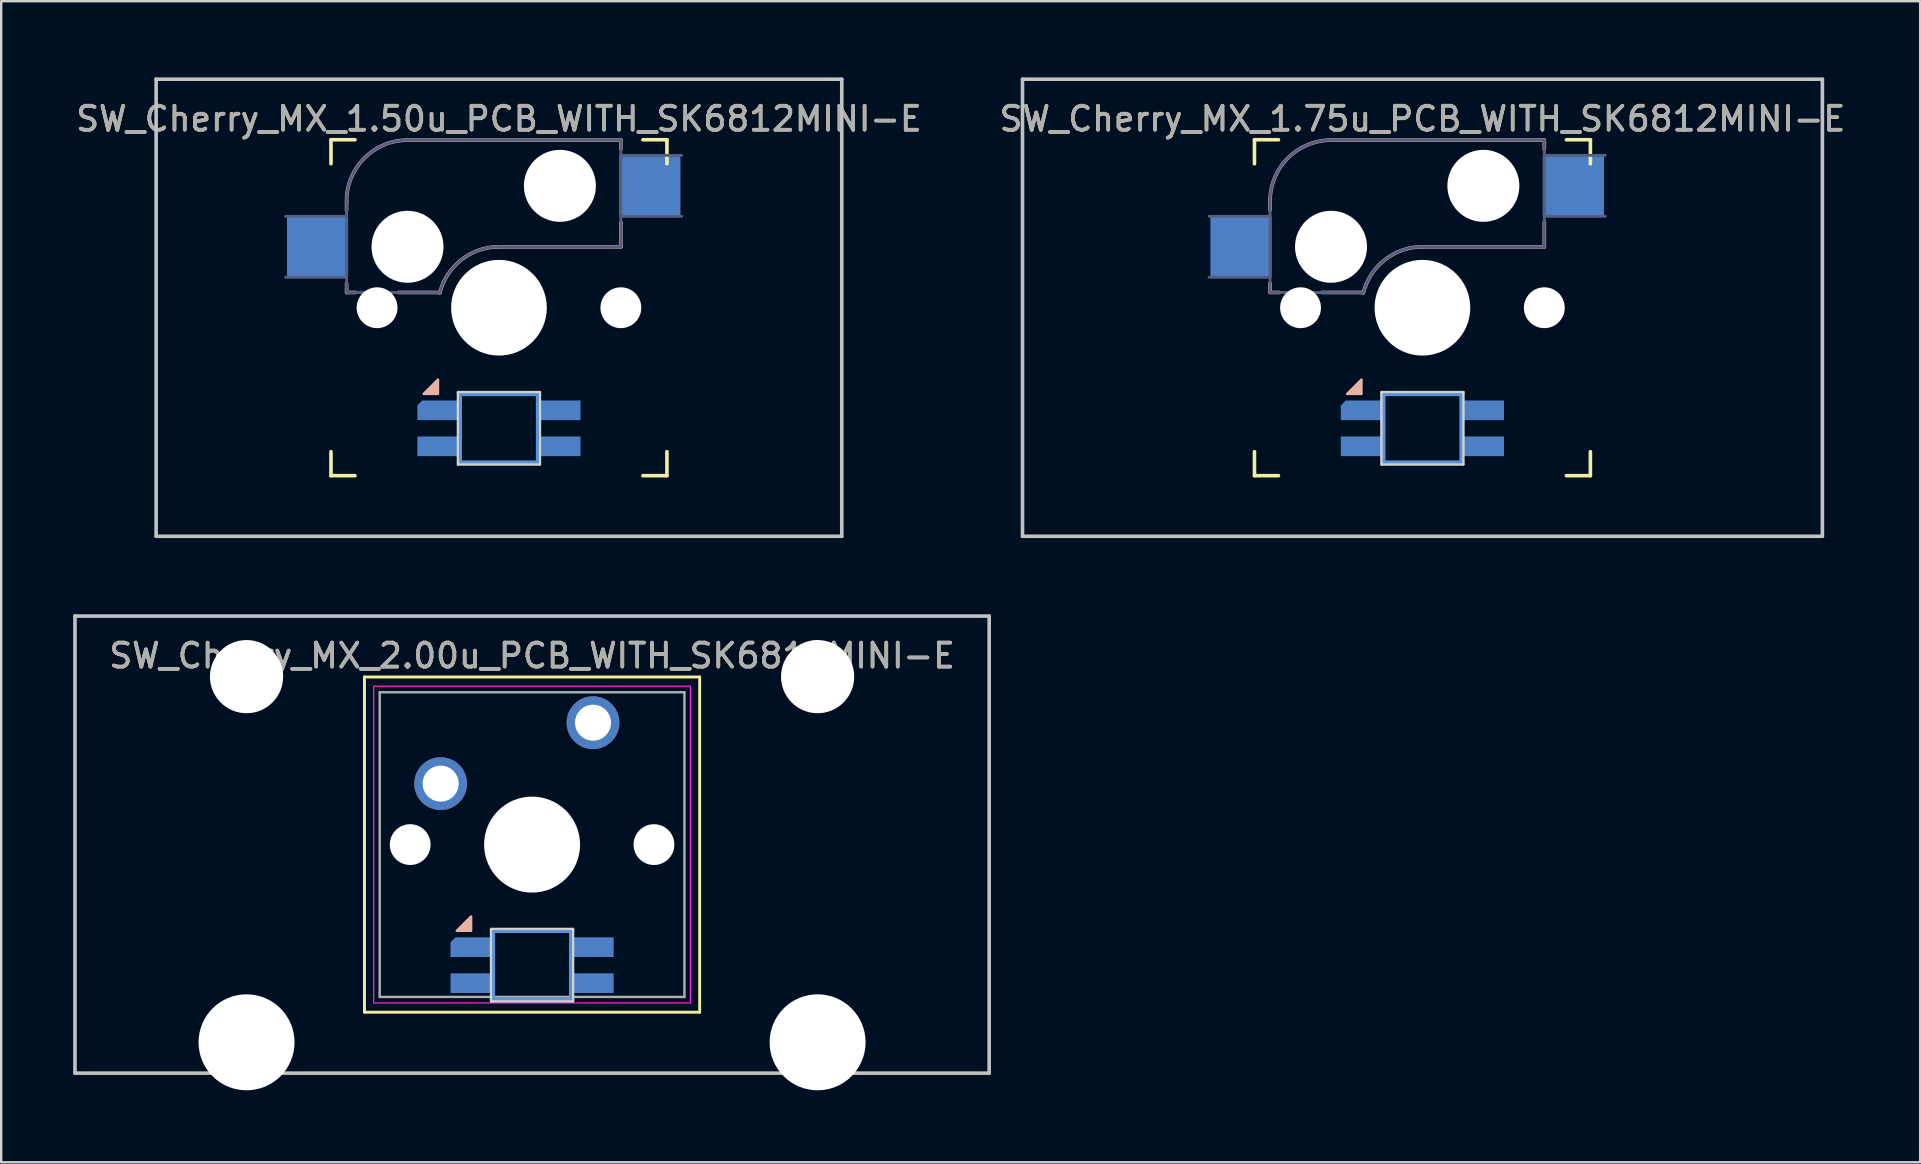
<source format=kicad_pcb>
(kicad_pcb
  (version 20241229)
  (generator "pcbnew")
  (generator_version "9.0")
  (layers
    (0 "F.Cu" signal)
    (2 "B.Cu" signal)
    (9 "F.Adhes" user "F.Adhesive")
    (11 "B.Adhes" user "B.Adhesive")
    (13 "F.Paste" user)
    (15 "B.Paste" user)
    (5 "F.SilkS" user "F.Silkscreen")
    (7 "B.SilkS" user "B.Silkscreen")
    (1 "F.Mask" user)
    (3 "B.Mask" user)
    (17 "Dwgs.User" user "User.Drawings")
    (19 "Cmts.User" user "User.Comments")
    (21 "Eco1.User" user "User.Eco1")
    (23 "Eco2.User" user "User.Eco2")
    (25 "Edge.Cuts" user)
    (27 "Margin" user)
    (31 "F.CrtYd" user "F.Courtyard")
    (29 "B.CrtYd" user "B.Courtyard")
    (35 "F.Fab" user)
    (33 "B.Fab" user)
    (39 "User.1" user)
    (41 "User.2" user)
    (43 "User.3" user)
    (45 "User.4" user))
  (footprint "SW_Cherry_MX_1.50u_PCB_WITH_SK6812MINI-E"
    (layer "F.Cu")
    (at 32.032 0.25)
    (property "Reference" "SW_Cherry_MX_1.50u_PCB_WITH_SK6812MINI-E" (at -14.287 1.651 0) (layer "F.SilkS") (effects (font (size 1 1) (thickness 0.15))))
    (attr through_hole)
    (fp_line (start -21.288 3.525) (end -21.288 2.525) (stroke (width 0.15) (type solid)) (layer "F.SilkS"))
    (fp_line (start -21.288 16.525) (end -21.288 15.525) (stroke (width 0.15) (type solid)) (layer "F.SilkS"))
    (fp_line (start -21.288 16.525) (end -20.288 16.525) (stroke (width 0.15) (type solid)) (layer "F.SilkS"))
    (fp_line (start -20.288 2.525) (end -21.288 2.525) (stroke (width 0.15) (type solid)) (layer "F.SilkS"))
    (fp_line (start -8.287 16.525) (end -7.287 16.525) (stroke (width 0.15) (type solid)) (layer "F.SilkS"))
    (fp_line (start -7.287 2.525) (end -8.287 2.525) (stroke (width 0.15) (type solid)) (layer "F.SilkS"))
    (fp_line (start -7.287 2.525) (end -7.287 3.525) (stroke (width 0.15) (type solid)) (layer "F.SilkS"))
    (fp_line (start -7.287 15.525) (end -7.287 16.525) (stroke (width 0.15) (type solid)) (layer "F.SilkS"))
    (fp_line (start -20.637 5.08) (end -20.637 5.461) (stroke (width 0.15) (type solid)) (layer "B.SilkS"))
    (fp_line (start -20.637 8.509) (end -20.637 8.89) (stroke (width 0.15) (type solid)) (layer "B.SilkS"))
    (fp_line (start -20.256 8.89) (end -20.637 8.89) (stroke (width 0.15) (type solid)) (layer "B.SilkS"))
    (fp_line (start -18.098 2.54) (end -9.207 2.54) (stroke (width 0.15) (type solid)) (layer "B.SilkS"))
    (fp_line (start -16.752 8.89) (end -18.479 8.89) (stroke (width 0.15) (type solid)) (layer "B.SilkS"))
    (fp_line (start -9.207 2.54) (end -9.207 2.921) (stroke (width 0.15) (type solid)) (layer "B.SilkS"))
    (fp_line (start -9.207 5.969) (end -9.207 6.985) (stroke (width 0.15) (type solid)) (layer "B.SilkS"))
    (fp_line (start -9.207 6.985) (end -14.287 6.985) (stroke (width 0.15) (type solid)) (layer "B.SilkS"))
    (fp_arc (start -20.6375 5.08) (mid -19.893551 3.283949) (end -18.0975 2.54) (stroke (width 0.15) (type solid)) (layer "B.SilkS"))
    (fp_arc (start -16.751662 8.90896) (mid -15.850647 7.522958) (end -14.2875 6.985) (stroke (width 0.15) (type solid)) (layer "B.SilkS"))
    (fp_poly (pts (xy -16.828 12.518) (xy -16.828 13.118) (xy -17.427 13.118)) (stroke (width 0.1) (type solid)) (fill yes) (layer "B.SilkS"))
    (fp_line (start -28.575 0) (end 0 0) (stroke (width 0.15) (type solid)) (layer "Dwgs.User"))
    (fp_line (start -28.575 19.05) (end -28.575 0) (stroke (width 0.15) (type solid)) (layer "Dwgs.User"))
    (fp_line (start 0 0) (end 0 19.05) (stroke (width 0.15) (type solid)) (layer "Dwgs.User"))
    (fp_line (start 0 19.05) (end -28.575 19.05) (stroke (width 0.15) (type solid)) (layer "Dwgs.User"))
    (fp_line (start -15.887 13.15) (end -15.887 15.95) (stroke (width 0.12) (type solid)) (layer "Cmts.User"))
    (fp_line (start -15.887 13.15) (end -12.688 13.15) (stroke (width 0.12) (type solid)) (layer "Cmts.User"))
    (fp_line (start -12.688 15.95) (end -15.887 15.95) (stroke (width 0.12) (type solid)) (layer "Cmts.User"))
    (fp_line (start -12.688 15.95) (end -12.688 13.15) (stroke (width 0.12) (type solid)) (layer "Cmts.User"))
    (fp_line (start -21.188 16.425) (end -21.188 2.625) (stroke (width 0.15) (type solid)) (layer "Eco2.User"))
    (fp_line (start -21.188 16.425) (end -7.388 16.425) (stroke (width 0.15) (type solid)) (layer "Eco2.User"))
    (fp_line (start -7.388 2.625) (end -21.188 2.625) (stroke (width 0.15) (type solid)) (layer "Eco2.User"))
    (fp_line (start -7.388 2.625) (end -7.388 16.425) (stroke (width 0.15) (type solid)) (layer "Eco2.User"))
    (fp_line (start -15.988 13.05) (end -15.988 16.05) (stroke (width 0.12) (type solid)) (layer "Edge.Cuts"))
    (fp_line (start -15.988 13.05) (end -12.588 13.05) (stroke (width 0.12) (type solid)) (layer "Edge.Cuts"))
    (fp_line (start -12.588 16.05) (end -15.988 16.05) (stroke (width 0.12) (type solid)) (layer "Edge.Cuts"))
    (fp_line (start -12.588 16.05) (end -12.588 13.05) (stroke (width 0.12) (type solid)) (layer "Edge.Cuts"))
    (fp_line (start -23.177 5.715) (end -20.637 5.715) (stroke (width 0.12) (type solid)) (layer "B.Fab"))
    (fp_line (start -20.637 8.255) (end -23.177 8.255) (stroke (width 0.12) (type solid)) (layer "B.Fab"))
    (fp_line (start -20.637 8.89) (end -20.637 5.08) (stroke (width 0.12) (type solid)) (layer "B.Fab"))
    (fp_line (start -20.637 8.89) (end -16.828 8.89) (stroke (width 0.12) (type solid)) (layer "B.Fab"))
    (fp_line (start -18.098 2.54) (end -9.207 2.54) (stroke (width 0.12) (type solid)) (layer "B.Fab"))
    (fp_line (start -9.207 2.54) (end -9.207 6.985) (stroke (width 0.12) (type solid)) (layer "B.Fab"))
    (fp_line (start -9.207 3.175) (end -6.668 3.175) (stroke (width 0.12) (type solid)) (layer "B.Fab"))
    (fp_line (start -9.207 6.985) (end -14.287 6.985) (stroke (width 0.12) (type solid)) (layer "B.Fab"))
    (fp_line (start -6.668 5.715) (end -9.207 5.715) (stroke (width 0.12) (type solid)) (layer "B.Fab"))
    (fp_arc (start -20.6375 5.08) (mid -19.893551 3.283949) (end -18.0975 2.54) (stroke (width 0.12) (type solid)) (layer "B.Fab"))
    (fp_arc (start -16.751662 8.90896) (mid -15.850647 7.522958) (end -14.2875 6.985) (stroke (width 0.12) (type solid)) (layer "B.Fab"))
    (fp_text user "${REFERENCE}" (at -14.287 1.651 0) (layer "F.Fab") (effects (font (size 1 1) (thickness 0.15))))
    (pad "" np_thru_hole circle (at -19.367 9.525) (size 1.702 1.702) (drill 1.702) (layers "*.Cu" "*.Mask"))
    (pad "" np_thru_hole circle (at -18.098 6.985) (size 3 3) (drill 3) (layers "*.Cu" "*.Mask"))
    (pad "" np_thru_hole circle (at -14.287 9.525) (size 3.988 3.988) (drill 3.988) (layers "*.Cu" "*.Mask"))
    (pad "" np_thru_hole circle (at -11.748 4.445) (size 3 3) (drill 3) (layers "*.Cu" "*.Mask"))
    (pad "" np_thru_hole circle (at -9.207 9.525) (size 1.702 1.702) (drill 1.702) (layers "*.Cu" "*.Mask"))
    (pad "11" smd rect (at -7.997 4.445) (size 2.55 2.5) (layers "B.Cu" "B.Mask" "B.Paste"))
    (pad "12" smd rect (at -21.848 6.985) (size 2.55 2.5) (layers "B.Cu" "B.Mask" "B.Paste"))
    (pad "21" smd rect (at -11.738 15.3 180) (size 1.7 0.82) (layers "B.Cu" "B.Mask" "B.Paste"))
    (pad "22" smd rect (at -11.738 13.8 180) (size 1.7 0.82) (layers "B.Cu" "B.Mask" "B.Paste"))
    (pad "23" smd roundrect (at -16.837 13.8 180) (size 1.7 0.82) (layers "B.Cu" "B.Mask" "B.Paste") (roundrect_rratio 0) (chamfer_ratio 0.25) (chamfer bottom_right))
    (pad "24" smd rect (at -16.837 15.3 180) (size 1.7 0.82) (layers "B.Cu" "B.Mask" "B.Paste")))
  (footprint "SW_Cherry_MX_1.75u_PCB_WITH_SK6812MINI-E"
    (layer "F.Cu")
    (at 72.901 0.25)
    (property "Reference" "SW_Cherry_MX_1.75u_PCB_WITH_SK6812MINI-E" (at -16.669 1.651 0) (layer "F.SilkS") (effects (font (size 1 1) (thickness 0.15))))
    (attr through_hole)
    (fp_line (start -23.669 3.525) (end -23.669 2.525) (stroke (width 0.15) (type solid)) (layer "F.SilkS"))
    (fp_line (start -23.669 16.525) (end -23.669 15.525) (stroke (width 0.15) (type solid)) (layer "F.SilkS"))
    (fp_line (start -23.669 16.525) (end -22.669 16.525) (stroke (width 0.15) (type solid)) (layer "F.SilkS"))
    (fp_line (start -22.669 2.525) (end -23.669 2.525) (stroke (width 0.15) (type solid)) (layer "F.SilkS"))
    (fp_line (start -10.669 16.525) (end -9.669 16.525) (stroke (width 0.15) (type solid)) (layer "F.SilkS"))
    (fp_line (start -9.669 2.525) (end -10.669 2.525) (stroke (width 0.15) (type solid)) (layer "F.SilkS"))
    (fp_line (start -9.669 2.525) (end -9.669 3.525) (stroke (width 0.15) (type solid)) (layer "F.SilkS"))
    (fp_line (start -9.669 15.525) (end -9.669 16.525) (stroke (width 0.15) (type solid)) (layer "F.SilkS"))
    (fp_line (start -23.019 5.08) (end -23.019 5.461) (stroke (width 0.15) (type solid)) (layer "B.SilkS"))
    (fp_line (start -23.019 8.509) (end -23.019 8.89) (stroke (width 0.15) (type solid)) (layer "B.SilkS"))
    (fp_line (start -22.638 8.89) (end -23.019 8.89) (stroke (width 0.15) (type solid)) (layer "B.SilkS"))
    (fp_line (start -20.479 2.54) (end -11.589 2.54) (stroke (width 0.15) (type solid)) (layer "B.SilkS"))
    (fp_line (start -19.133 8.89) (end -20.86 8.89) (stroke (width 0.15) (type solid)) (layer "B.SilkS"))
    (fp_line (start -11.589 2.54) (end -11.589 2.921) (stroke (width 0.15) (type solid)) (layer "B.SilkS"))
    (fp_line (start -11.589 5.969) (end -11.589 6.985) (stroke (width 0.15) (type solid)) (layer "B.SilkS"))
    (fp_line (start -11.589 6.985) (end -16.669 6.985) (stroke (width 0.15) (type solid)) (layer "B.SilkS"))
    (fp_arc (start -23.01875 5.08) (mid -22.274801 3.283949) (end -20.47875 2.54) (stroke (width 0.15) (type solid)) (layer "B.SilkS"))
    (fp_arc (start -19.132912 8.90896) (mid -18.231897 7.522958) (end -16.66875 6.985) (stroke (width 0.15) (type solid)) (layer "B.SilkS"))
    (fp_poly (pts (xy -19.209 12.518) (xy -19.209 13.118) (xy -19.809 13.118)) (stroke (width 0.1) (type solid)) (fill yes) (layer "B.SilkS"))
    (fp_line (start -33.337 0) (end 0 0) (stroke (width 0.15) (type solid)) (layer "Dwgs.User"))
    (fp_line (start -33.337 19.05) (end -33.337 0) (stroke (width 0.15) (type solid)) (layer "Dwgs.User"))
    (fp_line (start 0 0) (end 0 19.05) (stroke (width 0.15) (type solid)) (layer "Dwgs.User"))
    (fp_line (start 0 19.05) (end -33.337 19.05) (stroke (width 0.15) (type solid)) (layer "Dwgs.User"))
    (fp_line (start -18.269 13.15) (end -18.269 15.95) (stroke (width 0.12) (type solid)) (layer "Cmts.User"))
    (fp_line (start -18.269 13.15) (end -15.069 13.15) (stroke (width 0.12) (type solid)) (layer "Cmts.User"))
    (fp_line (start -15.069 15.95) (end -18.269 15.95) (stroke (width 0.12) (type solid)) (layer "Cmts.User"))
    (fp_line (start -15.069 15.95) (end -15.069 13.15) (stroke (width 0.12) (type solid)) (layer "Cmts.User"))
    (fp_line (start -23.569 16.425) (end -23.569 2.625) (stroke (width 0.15) (type solid)) (layer "Eco2.User"))
    (fp_line (start -23.569 16.425) (end -9.769 16.425) (stroke (width 0.15) (type solid)) (layer "Eco2.User"))
    (fp_line (start -9.769 2.625) (end -23.569 2.625) (stroke (width 0.15) (type solid)) (layer "Eco2.User"))
    (fp_line (start -9.769 2.625) (end -9.769 16.425) (stroke (width 0.15) (type solid)) (layer "Eco2.User"))
    (fp_line (start -18.369 13.05) (end -18.369 16.05) (stroke (width 0.12) (type solid)) (layer "Edge.Cuts"))
    (fp_line (start -18.369 13.05) (end -14.969 13.05) (stroke (width 0.12) (type solid)) (layer "Edge.Cuts"))
    (fp_line (start -14.969 16.05) (end -18.369 16.05) (stroke (width 0.12) (type solid)) (layer "Edge.Cuts"))
    (fp_line (start -14.969 16.05) (end -14.969 13.05) (stroke (width 0.12) (type solid)) (layer "Edge.Cuts"))
    (fp_line (start -25.559 5.715) (end -23.019 5.715) (stroke (width 0.12) (type solid)) (layer "B.Fab"))
    (fp_line (start -23.019 8.255) (end -25.559 8.255) (stroke (width 0.12) (type solid)) (layer "B.Fab"))
    (fp_line (start -23.019 8.89) (end -23.019 5.08) (stroke (width 0.12) (type solid)) (layer "B.Fab"))
    (fp_line (start -23.019 8.89) (end -19.209 8.89) (stroke (width 0.12) (type solid)) (layer "B.Fab"))
    (fp_line (start -20.479 2.54) (end -11.589 2.54) (stroke (width 0.12) (type solid)) (layer "B.Fab"))
    (fp_line (start -11.589 2.54) (end -11.589 6.985) (stroke (width 0.12) (type solid)) (layer "B.Fab"))
    (fp_line (start -11.589 3.175) (end -9.049 3.175) (stroke (width 0.12) (type solid)) (layer "B.Fab"))
    (fp_line (start -11.589 6.985) (end -16.669 6.985) (stroke (width 0.12) (type solid)) (layer "B.Fab"))
    (fp_line (start -9.049 5.715) (end -11.589 5.715) (stroke (width 0.12) (type solid)) (layer "B.Fab"))
    (fp_arc (start -23.01875 5.08) (mid -22.274801 3.283949) (end -20.47875 2.54) (stroke (width 0.12) (type solid)) (layer "B.Fab"))
    (fp_arc (start -19.132912 8.90896) (mid -18.231897 7.522958) (end -16.66875 6.985) (stroke (width 0.12) (type solid)) (layer "B.Fab"))
    (fp_text user "${REFERENCE}" (at -16.669 1.651 0) (layer "F.Fab") (effects (font (size 1 1) (thickness 0.15))))
    (pad "" np_thru_hole circle (at -21.749 9.525) (size 1.702 1.702) (drill 1.702) (layers "*.Cu" "*.Mask"))
    (pad "" np_thru_hole circle (at -20.479 6.985) (size 3 3) (drill 3) (layers "*.Cu" "*.Mask"))
    (pad "" np_thru_hole circle (at -16.669 9.525) (size 3.988 3.988) (drill 3.988) (layers "*.Cu" "*.Mask"))
    (pad "" np_thru_hole circle (at -14.129 4.445) (size 3 3) (drill 3) (layers "*.Cu" "*.Mask"))
    (pad "" np_thru_hole circle (at -11.589 9.525) (size 1.702 1.702) (drill 1.702) (layers "*.Cu" "*.Mask"))
    (pad "11" smd rect (at -10.379 4.445) (size 2.55 2.5) (layers "B.Cu" "B.Mask" "B.Paste"))
    (pad "12" smd rect (at -24.229 6.985) (size 2.55 2.5) (layers "B.Cu" "B.Mask" "B.Paste"))
    (pad "21" smd rect (at -14.119 15.3 180) (size 1.7 0.82) (layers "B.Cu" "B.Mask" "B.Paste"))
    (pad "22" smd rect (at -14.119 13.8 180) (size 1.7 0.82) (layers "B.Cu" "B.Mask" "B.Paste"))
    (pad "23" smd roundrect (at -19.219 13.8 180) (size 1.7 0.82) (layers "B.Cu" "B.Mask" "B.Paste") (roundrect_rratio 0) (chamfer_ratio 0.25) (chamfer bottom_right))
    (pad "24" smd rect (at -19.219 15.3 180) (size 1.7 0.82) (layers "B.Cu" "B.Mask" "B.Paste")))
  (footprint "SW_Cherry_MX_2.00u_PCB_WITH_SK6812MINI-E"
    (layer "F.Cu")
    (at 38.175 22.625)
    (property "Reference" "SW_Cherry_MX_2.00u_PCB_WITH_SK6812MINI-E" (at -19.05 1.651 0) (layer "F.SilkS") (effects (font (size 1 1) (thickness 0.15))))
    (attr through_hole)
    (fp_line (start -26.035 2.54) (end -12.065 2.54) (stroke (width 0.12) (type solid)) (layer "F.SilkS"))
    (fp_line (start -26.035 16.51) (end -26.035 2.54) (stroke (width 0.12) (type solid)) (layer "F.SilkS"))
    (fp_line (start -12.065 2.54) (end -12.065 16.51) (stroke (width 0.12) (type solid)) (layer "F.SilkS"))
    (fp_line (start -12.065 16.51) (end -26.035 16.51) (stroke (width 0.12) (type solid)) (layer "F.SilkS"))
    (fp_poly (pts (xy -21.59 12.518) (xy -21.59 13.118) (xy -22.19 13.118)) (stroke (width 0.1) (type solid)) (fill yes) (layer "B.SilkS"))
    (fp_line (start -38.1 0) (end 0 0) (stroke (width 0.15) (type solid)) (layer "Dwgs.User"))
    (fp_line (start -38.1 19.05) (end -38.1 0) (stroke (width 0.15) (type solid)) (layer "Dwgs.User"))
    (fp_line (start 0 0) (end 0 19.05) (stroke (width 0.15) (type solid)) (layer "Dwgs.User"))
    (fp_line (start 0 19.05) (end -38.1 19.05) (stroke (width 0.15) (type solid)) (layer "Dwgs.User"))
    (fp_line (start -20.65 13.15) (end -20.65 15.95) (stroke (width 0.12) (type solid)) (layer "Cmts.User"))
    (fp_line (start -20.65 13.15) (end -17.45 13.15) (stroke (width 0.12) (type solid)) (layer "Cmts.User"))
    (fp_line (start -17.45 15.95) (end -20.65 15.95) (stroke (width 0.12) (type solid)) (layer "Cmts.User"))
    (fp_line (start -17.45 15.95) (end -17.45 13.15) (stroke (width 0.12) (type solid)) (layer "Cmts.User"))
    (fp_line (start -20.75 13.05) (end -20.75 16.05) (stroke (width 0.12) (type solid)) (layer "Edge.Cuts"))
    (fp_line (start -20.75 13.05) (end -17.35 13.05) (stroke (width 0.12) (type solid)) (layer "Edge.Cuts"))
    (fp_line (start -17.35 16.05) (end -20.75 16.05) (stroke (width 0.12) (type solid)) (layer "Edge.Cuts"))
    (fp_line (start -17.35 16.05) (end -17.35 13.05) (stroke (width 0.12) (type solid)) (layer "Edge.Cuts"))
    (fp_line (start -25.65 2.925) (end -12.45 2.925) (stroke (width 0.05) (type solid)) (layer "F.CrtYd"))
    (fp_line (start -25.65 16.125) (end -25.65 2.925) (stroke (width 0.05) (type solid)) (layer "F.CrtYd"))
    (fp_line (start -12.45 2.925) (end -12.45 16.125) (stroke (width 0.05) (type solid)) (layer "F.CrtYd"))
    (fp_line (start -12.45 16.125) (end -25.65 16.125) (stroke (width 0.05) (type solid)) (layer "F.CrtYd"))
    (fp_line (start -25.4 3.175) (end -12.7 3.175) (stroke (width 0.1) (type solid)) (layer "F.Fab"))
    (fp_line (start -25.4 15.875) (end -25.4 3.175) (stroke (width 0.1) (type solid)) (layer "F.Fab"))
    (fp_line (start -12.7 3.175) (end -12.7 15.875) (stroke (width 0.1) (type solid)) (layer "F.Fab"))
    (fp_line (start -12.7 15.875) (end -25.4 15.875) (stroke (width 0.1) (type solid)) (layer "F.Fab"))
    (fp_line (start -21.125 12.675) (end -20.75 13.05) (stroke (width 0.12) (type solid)) (layer "User.9"))
    (fp_text user "${REFERENCE}" (at -19.05 1.651 0) (layer "F.Fab") (effects (font (size 1 1) (thickness 0.15))))
    (pad "" np_thru_hole circle (at -30.95 2.525) (size 3.05 3.05) (drill 3.05) (layers "*.Cu" "*.Mask"))
    (pad "" np_thru_hole circle (at -30.95 17.765) (size 4 4) (drill 4) (layers "*.Cu" "*.Mask"))
    (pad "" np_thru_hole circle (at -24.13 9.525) (size 1.7 1.7) (drill 1.7) (layers "*.Cu" "*.Mask"))
    (pad "" np_thru_hole circle (at -19.05 9.525) (size 4 4) (drill 4) (layers "*.Cu" "*.Mask"))
    (pad "" np_thru_hole circle (at -13.97 9.525) (size 1.7 1.7) (drill 1.7) (layers "*.Cu" "*.Mask"))
    (pad "" np_thru_hole circle (at -7.15 2.525) (size 3.05 3.05) (drill 3.05) (layers "*.Cu" "*.Mask"))
    (pad "" np_thru_hole circle (at -7.15 17.765) (size 4 4) (drill 4) (layers "*.Cu" "*.Mask"))
    (pad "11" thru_hole circle (at -16.51 4.445) (size 2.2 2.2) (drill 1.5) (layers "*.Cu" "*.Mask"))
    (pad "12" thru_hole circle (at -22.86 6.985) (size 2.2 2.2) (drill 1.5) (layers "*.Cu" "*.Mask"))
    (pad "21" smd rect (at -16.5 15.3 180) (size 1.7 0.82) (layers "B.Cu" "B.Mask" "B.Paste"))
    (pad "22" smd rect (at -16.5 13.8 180) (size 1.7 0.82) (layers "B.Cu" "B.Mask" "B.Paste"))
    (pad "23" smd roundrect (at -21.6 13.8 180) (size 1.7 0.82) (layers "B.Cu" "B.Mask" "B.Paste") (roundrect_rratio 0) (chamfer_ratio 0.25) (chamfer bottom_right))
    (pad "24" smd rect (at -21.6 15.3 180) (size 1.7 0.82) (layers "B.Cu" "B.Mask" "B.Paste")))
  (gr_rect
    (start -3 -3)
    (end 76.976 45.39)
    (stroke (width 0.1) (type default))
    (fill no)
    (layer "Edge.Cuts")))
</source>
